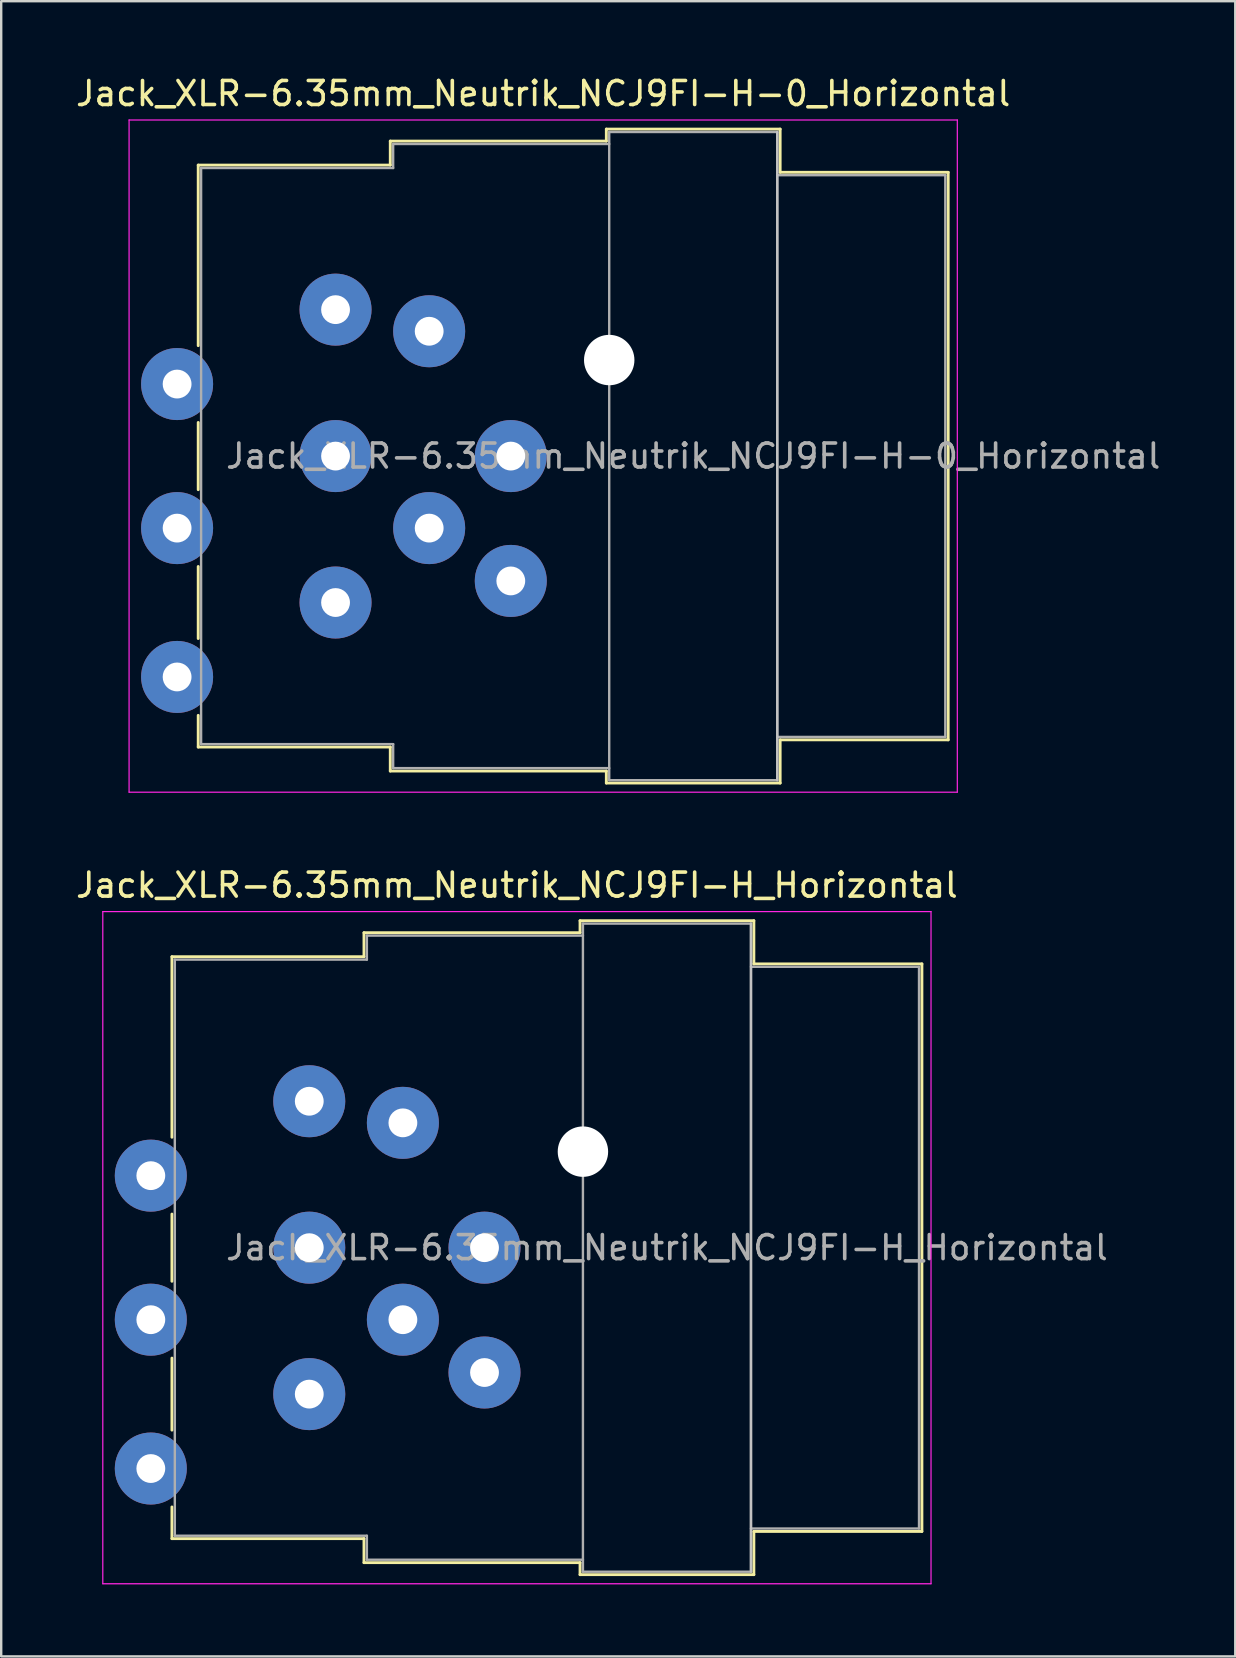
<source format=kicad_pcb>
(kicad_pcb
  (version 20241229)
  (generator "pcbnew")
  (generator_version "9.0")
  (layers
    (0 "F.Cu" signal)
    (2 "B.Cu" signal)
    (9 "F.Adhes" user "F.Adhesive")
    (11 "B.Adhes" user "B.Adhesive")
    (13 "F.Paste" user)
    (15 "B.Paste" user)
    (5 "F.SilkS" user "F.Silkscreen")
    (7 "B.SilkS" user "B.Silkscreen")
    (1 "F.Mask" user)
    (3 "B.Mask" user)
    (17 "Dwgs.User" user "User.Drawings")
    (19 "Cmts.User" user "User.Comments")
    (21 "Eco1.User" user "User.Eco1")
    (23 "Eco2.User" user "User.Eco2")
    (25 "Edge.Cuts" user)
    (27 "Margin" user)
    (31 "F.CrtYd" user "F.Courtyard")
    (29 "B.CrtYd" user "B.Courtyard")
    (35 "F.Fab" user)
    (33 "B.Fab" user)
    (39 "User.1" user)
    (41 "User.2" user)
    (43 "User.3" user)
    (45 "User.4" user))
  (footprint "Jack_XLR-6.35mm_Neutrik_NCJ9FI-H-0_Horizontal"
    (layer "F.Cu")
    (at 10.927 9.848)
    (property "Reference" "Jack_XLR-6.35mm_Neutrik_NCJ9FI-H-0_Horizontal" (at 8.65 -9 0) (layer "F.SilkS") (effects (font (size 1 1) (thickness 0.15))))
    (attr through_hole)
    (fp_line (start -5.72 -6.02) (end -5.72 1.5) (stroke (width 0.12) (type solid)) (layer "F.SilkS"))
    (fp_line (start -5.72 4.7) (end -5.72 7.5) (stroke (width 0.12) (type solid)) (layer "F.SilkS"))
    (fp_line (start -5.72 10.7) (end -5.72 13.7) (stroke (width 0.12) (type solid)) (layer "F.SilkS"))
    (fp_line (start -5.72 16.9) (end -5.72 18.22) (stroke (width 0.12) (type solid)) (layer "F.SilkS"))
    (fp_line (start 2.28 -7.02) (end 2.28 -6.02) (stroke (width 0.12) (type solid)) (layer "F.SilkS"))
    (fp_line (start 2.28 -6.02) (end -5.72 -6.02) (stroke (width 0.12) (type solid)) (layer "F.SilkS"))
    (fp_line (start 2.28 18.22) (end -5.72 18.22) (stroke (width 0.12) (type solid)) (layer "F.SilkS"))
    (fp_line (start 2.28 19.22) (end 2.28 18.22) (stroke (width 0.12) (type solid)) (layer "F.SilkS"))
    (fp_line (start 11.28 -7.02) (end 2.28 -7.02) (stroke (width 0.12) (type solid)) (layer "F.SilkS"))
    (fp_line (start 11.28 -7.02) (end 11.28 -7.52) (stroke (width 0.12) (type solid)) (layer "F.SilkS"))
    (fp_line (start 11.28 19.22) (end 2.28 19.22) (stroke (width 0.12) (type solid)) (layer "F.SilkS"))
    (fp_line (start 11.28 19.72) (end 11.28 19.22) (stroke (width 0.12) (type solid)) (layer "F.SilkS"))
    (fp_line (start 18.52 -7.52) (end 11.28 -7.52) (stroke (width 0.12) (type solid)) (layer "F.SilkS"))
    (fp_line (start 18.52 -7.52) (end 18.52 -5.72) (stroke (width 0.12) (type solid)) (layer "F.SilkS"))
    (fp_line (start 18.52 -5.72) (end 25.52 -5.72) (stroke (width 0.12) (type solid)) (layer "F.SilkS"))
    (fp_line (start 18.52 17.92) (end 18.52 19.72) (stroke (width 0.12) (type solid)) (layer "F.SilkS"))
    (fp_line (start 18.52 17.92) (end 25.52 17.92) (stroke (width 0.12) (type solid)) (layer "F.SilkS"))
    (fp_line (start 18.52 19.72) (end 11.28 19.72) (stroke (width 0.12) (type solid)) (layer "F.SilkS"))
    (fp_line (start 25.52 -5.72) (end 25.52 17.92) (stroke (width 0.12) (type solid)) (layer "F.SilkS"))
    (fp_line (start 18.4 -7.4) (end 18.4 19.6) (stroke (width 0.1) (type solid)) (layer "Dwgs.User"))
    (fp_line (start -8.6 -7.9) (end -8.6 20.1) (stroke (width 0.05) (type solid)) (layer "F.CrtYd"))
    (fp_line (start 25.9 -7.9) (end -8.6 -7.9) (stroke (width 0.05) (type solid)) (layer "F.CrtYd"))
    (fp_line (start 25.9 -7.9) (end 25.9 20.1) (stroke (width 0.05) (type solid)) (layer "F.CrtYd"))
    (fp_line (start 25.9 20.1) (end -8.6 20.1) (stroke (width 0.05) (type solid)) (layer "F.CrtYd"))
    (fp_line (start -5.6 -5.9) (end -5.6 18.1) (stroke (width 0.1) (type solid)) (layer "F.Fab"))
    (fp_line (start -5.6 18.1) (end 2.4 18.1) (stroke (width 0.1) (type solid)) (layer "F.Fab"))
    (fp_line (start 2.4 -6.9) (end 2.4 -5.9) (stroke (width 0.1) (type solid)) (layer "F.Fab"))
    (fp_line (start 2.4 -5.9) (end -5.6 -5.9) (stroke (width 0.1) (type solid)) (layer "F.Fab"))
    (fp_line (start 2.4 18.1) (end 2.4 19.1) (stroke (width 0.1) (type solid)) (layer "F.Fab"))
    (fp_line (start 2.4 19.1) (end 11.4 19.1) (stroke (width 0.1) (type solid)) (layer "F.Fab"))
    (fp_line (start 11.4 -7.4) (end 18.4 -7.4) (stroke (width 0.1) (type solid)) (layer "F.Fab"))
    (fp_line (start 11.4 -6.9) (end 2.4 -6.9) (stroke (width 0.1) (type solid)) (layer "F.Fab"))
    (fp_line (start 11.4 19.6) (end 11.4 -7.4) (stroke (width 0.1) (type solid)) (layer "F.Fab"))
    (fp_line (start 18.4 -7.4) (end 18.4 19.6) (stroke (width 0.1) (type solid)) (layer "F.Fab"))
    (fp_line (start 18.4 -5.6) (end 25.4 -5.6) (stroke (width 0.1) (type solid)) (layer "F.Fab"))
    (fp_line (start 18.4 19.6) (end 11.4 19.6) (stroke (width 0.1) (type solid)) (layer "F.Fab"))
    (fp_line (start 25.4 -5.6) (end 25.4 17.8) (stroke (width 0.1) (type solid)) (layer "F.Fab"))
    (fp_line (start 25.4 17.8) (end 18.4 17.8) (stroke (width 0.1) (type solid)) (layer "F.Fab"))
    (fp_text user "${REFERENCE}" (at 14.9 6.1 0) (layer "F.Fab") (effects (font (size 1 1) (thickness 0.15))))
    (pad "" np_thru_hole circle (at 11.4 2.1) (size 2.1 2.1) (drill 2.1) (layers "*.Cu" "*.Mask"))
    (pad "1" thru_hole circle (at 0 0) (size 3 3) (drill 1.2) (layers "*.Cu" "*.Mask"))
    (pad "2" thru_hole circle (at 0 12.2) (size 3 3) (drill 1.2) (layers "*.Cu" "*.Mask"))
    (pad "3" thru_hole circle (at 0 6.1) (size 3 3) (drill 1.2) (layers "*.Cu" "*.Mask"))
    (pad "G" thru_hole circle (at 7.3 6.1) (size 3 3) (drill 1.2) (layers "*.Cu" "*.Mask"))
    (pad "R" thru_hole circle (at 3.9 0.9) (size 3 3) (drill 1.2) (layers "*.Cu" "*.Mask"))
    (pad "RN" thru_hole circle (at -6.6 3.1) (size 3 3) (drill 1.2) (layers "*.Cu" "*.Mask"))
    (pad "S" thru_hole circle (at 7.3 11.3) (size 3 3) (drill 1.2) (layers "*.Cu" "*.Mask"))
    (pad "SN" thru_hole circle (at 3.9 9.1) (size 3 3) (drill 1.2) (layers "*.Cu" "*.Mask"))
    (pad "T" thru_hole circle (at -6.6 15.3) (size 3 3) (drill 1.2) (layers "*.Cu" "*.Mask"))
    (pad "TN" thru_hole circle (at -6.6 9.1) (size 3 3) (drill 1.2) (layers "*.Cu" "*.Mask")))
  (footprint "Jack_XLR-6.35mm_Neutrik_NCJ9FI-H_Horizontal"
    (layer "F.Cu")
    (at 9.832 42.822)
    (property "Reference" "Jack_XLR-6.35mm_Neutrik_NCJ9FI-H_Horizontal" (at 8.65 -9 0) (layer "F.SilkS") (effects (font (size 1 1) (thickness 0.15))))
    (attr through_hole)
    (fp_line (start -5.72 -6.02) (end -5.72 1.5) (stroke (width 0.12) (type solid)) (layer "F.SilkS"))
    (fp_line (start -5.72 4.7) (end -5.72 7.5) (stroke (width 0.12) (type solid)) (layer "F.SilkS"))
    (fp_line (start -5.72 10.7) (end -5.72 13.7) (stroke (width 0.12) (type solid)) (layer "F.SilkS"))
    (fp_line (start -5.72 16.9) (end -5.72 18.22) (stroke (width 0.12) (type solid)) (layer "F.SilkS"))
    (fp_line (start 2.28 -7.02) (end 2.28 -6.02) (stroke (width 0.12) (type solid)) (layer "F.SilkS"))
    (fp_line (start 2.28 -6.02) (end -5.72 -6.02) (stroke (width 0.12) (type solid)) (layer "F.SilkS"))
    (fp_line (start 2.28 18.22) (end -5.72 18.22) (stroke (width 0.12) (type solid)) (layer "F.SilkS"))
    (fp_line (start 2.28 19.22) (end 2.28 18.22) (stroke (width 0.12) (type solid)) (layer "F.SilkS"))
    (fp_line (start 11.28 -7.02) (end 2.28 -7.02) (stroke (width 0.12) (type solid)) (layer "F.SilkS"))
    (fp_line (start 11.28 -7.02) (end 11.28 -7.52) (stroke (width 0.12) (type solid)) (layer "F.SilkS"))
    (fp_line (start 11.28 19.22) (end 2.28 19.22) (stroke (width 0.12) (type solid)) (layer "F.SilkS"))
    (fp_line (start 11.28 19.72) (end 11.28 19.22) (stroke (width 0.12) (type solid)) (layer "F.SilkS"))
    (fp_line (start 18.52 -7.52) (end 11.28 -7.52) (stroke (width 0.12) (type solid)) (layer "F.SilkS"))
    (fp_line (start 18.52 -7.52) (end 18.52 -5.72) (stroke (width 0.12) (type solid)) (layer "F.SilkS"))
    (fp_line (start 18.52 -5.72) (end 25.52 -5.72) (stroke (width 0.12) (type solid)) (layer "F.SilkS"))
    (fp_line (start 18.52 17.92) (end 18.52 19.72) (stroke (width 0.12) (type solid)) (layer "F.SilkS"))
    (fp_line (start 18.52 17.92) (end 25.52 17.92) (stroke (width 0.12) (type solid)) (layer "F.SilkS"))
    (fp_line (start 18.52 19.72) (end 11.28 19.72) (stroke (width 0.12) (type solid)) (layer "F.SilkS"))
    (fp_line (start 25.52 -5.72) (end 25.52 17.92) (stroke (width 0.12) (type solid)) (layer "F.SilkS"))
    (fp_line (start 18.4 -7.4) (end 18.4 19.6) (stroke (width 0.1) (type solid)) (layer "Dwgs.User"))
    (fp_line (start -8.6 -7.9) (end -8.6 20.1) (stroke (width 0.05) (type solid)) (layer "F.CrtYd"))
    (fp_line (start 25.9 -7.9) (end -8.6 -7.9) (stroke (width 0.05) (type solid)) (layer "F.CrtYd"))
    (fp_line (start 25.9 -7.9) (end 25.9 20.1) (stroke (width 0.05) (type solid)) (layer "F.CrtYd"))
    (fp_line (start 25.9 20.1) (end -8.6 20.1) (stroke (width 0.05) (type solid)) (layer "F.CrtYd"))
    (fp_line (start -5.6 -5.9) (end -5.6 18.1) (stroke (width 0.1) (type solid)) (layer "F.Fab"))
    (fp_line (start -5.6 18.1) (end 2.4 18.1) (stroke (width 0.1) (type solid)) (layer "F.Fab"))
    (fp_line (start 2.4 -6.9) (end 2.4 -5.9) (stroke (width 0.1) (type solid)) (layer "F.Fab"))
    (fp_line (start 2.4 -5.9) (end -5.6 -5.9) (stroke (width 0.1) (type solid)) (layer "F.Fab"))
    (fp_line (start 2.4 18.1) (end 2.4 19.1) (stroke (width 0.1) (type solid)) (layer "F.Fab"))
    (fp_line (start 2.4 19.1) (end 11.4 19.1) (stroke (width 0.1) (type solid)) (layer "F.Fab"))
    (fp_line (start 11.4 -7.4) (end 18.4 -7.4) (stroke (width 0.1) (type solid)) (layer "F.Fab"))
    (fp_line (start 11.4 -6.9) (end 2.4 -6.9) (stroke (width 0.1) (type solid)) (layer "F.Fab"))
    (fp_line (start 11.4 19.6) (end 11.4 -7.4) (stroke (width 0.1) (type solid)) (layer "F.Fab"))
    (fp_line (start 18.4 -7.4) (end 18.4 19.6) (stroke (width 0.1) (type solid)) (layer "F.Fab"))
    (fp_line (start 18.4 -5.6) (end 25.4 -5.6) (stroke (width 0.1) (type solid)) (layer "F.Fab"))
    (fp_line (start 18.4 19.6) (end 11.4 19.6) (stroke (width 0.1) (type solid)) (layer "F.Fab"))
    (fp_line (start 25.4 -5.6) (end 25.4 17.8) (stroke (width 0.1) (type solid)) (layer "F.Fab"))
    (fp_line (start 25.4 17.8) (end 18.4 17.8) (stroke (width 0.1) (type solid)) (layer "F.Fab"))
    (fp_text user "${REFERENCE}" (at 14.9 6.1 0) (layer "F.Fab") (effects (font (size 1 1) (thickness 0.15))))
    (pad "" np_thru_hole circle (at 11.4 2.1) (size 2.1 2.1) (drill 2.1) (layers "*.Cu" "*.Mask"))
    (pad "1" thru_hole circle (at 0 0) (size 3 3) (drill 1.2) (layers "*.Cu" "*.Mask"))
    (pad "2" thru_hole circle (at 0 12.2) (size 3 3) (drill 1.2) (layers "*.Cu" "*.Mask"))
    (pad "3" thru_hole circle (at 0 6.1) (size 3 3) (drill 1.2) (layers "*.Cu" "*.Mask"))
    (pad "G" thru_hole circle (at 7.3 6.1) (size 3 3) (drill 1.2) (layers "*.Cu" "*.Mask"))
    (pad "R" thru_hole circle (at 3.9 0.9) (size 3 3) (drill 1.2) (layers "*.Cu" "*.Mask"))
    (pad "RN" thru_hole circle (at -6.6 3.1) (size 3 3) (drill 1.2) (layers "*.Cu" "*.Mask"))
    (pad "S" thru_hole circle (at 7.3 11.3) (size 3 3) (drill 1.2) (layers "*.Cu" "*.Mask"))
    (pad "SN" thru_hole circle (at 3.9 9.1) (size 3 3) (drill 1.2) (layers "*.Cu" "*.Mask"))
    (pad "T" thru_hole circle (at -6.6 15.3) (size 3 3) (drill 1.2) (layers "*.Cu" "*.Mask"))
    (pad "TN" thru_hole circle (at -6.6 9.1) (size 3 3) (drill 1.2) (layers "*.Cu" "*.Mask")))
  (gr_rect
    (start -3 -3)
    (end 48.405 65.947)
    (stroke (width 0.1) (type default))
    (fill no)
    (layer "Edge.Cuts")))
</source>
